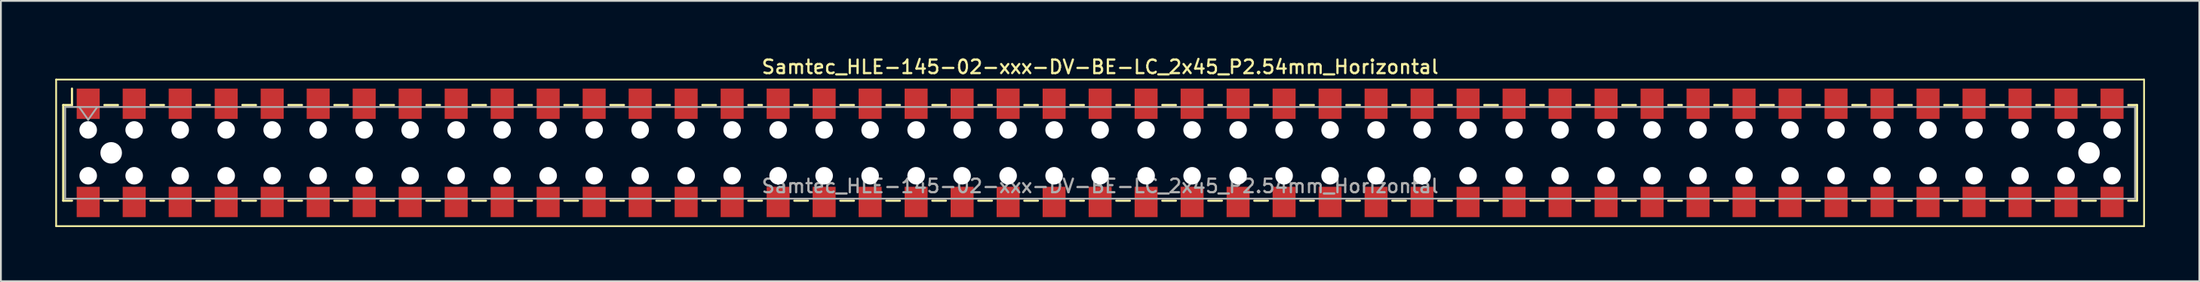
<source format=kicad_pcb>
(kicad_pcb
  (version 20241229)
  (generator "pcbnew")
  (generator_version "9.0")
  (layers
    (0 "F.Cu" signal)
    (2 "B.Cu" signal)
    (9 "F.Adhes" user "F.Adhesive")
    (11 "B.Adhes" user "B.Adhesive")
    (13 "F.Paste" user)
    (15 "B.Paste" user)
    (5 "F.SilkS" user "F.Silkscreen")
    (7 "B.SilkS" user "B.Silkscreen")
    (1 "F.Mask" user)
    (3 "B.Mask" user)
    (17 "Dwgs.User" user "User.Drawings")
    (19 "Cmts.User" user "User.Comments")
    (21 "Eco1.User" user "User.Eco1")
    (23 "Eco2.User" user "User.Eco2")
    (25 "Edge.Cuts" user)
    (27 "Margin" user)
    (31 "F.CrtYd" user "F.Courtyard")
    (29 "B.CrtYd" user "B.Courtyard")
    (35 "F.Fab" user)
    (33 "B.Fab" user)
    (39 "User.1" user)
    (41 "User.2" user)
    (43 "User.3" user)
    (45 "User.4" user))
  (footprint "Samtec_HLE-145-02-xxx-DV-BE-LC_2x45_P2.54mm_Horizontal"
    (layer "F.Cu")
    (at 57.7 5.418)
    (property "Reference" "Samtec_HLE-145-02-xxx-DV-BE-LC_2x45_P2.54mm_Horizontal" (at 0 -4.76 0) (layer "F.SilkS") (effects (font (size 0.75 0.75) (thickness 0.125))))
    (attr smd)
    (fp_line (start -57.65 -4.06) (end 57.65 -4.06) (stroke (width 0.1) (type solid)) (layer "F.SilkS"))
    (fp_line (start -57.65 4.06) (end -57.65 -4.06) (stroke (width 0.1) (type solid)) (layer "F.SilkS"))
    (fp_line (start -57.26 -2.65) (end -57.26 2.65) (stroke (width 0.12) (type solid)) (layer "F.SilkS"))
    (fp_line (start -57.26 2.65) (end -56.775 2.65) (stroke (width 0.12) (type solid)) (layer "F.SilkS"))
    (fp_line (start -56.775 -3.56) (end -56.775 -2.65) (stroke (width 0.12) (type solid)) (layer "F.SilkS"))
    (fp_line (start -56.775 -2.65) (end -57.26 -2.65) (stroke (width 0.12) (type solid)) (layer "F.SilkS"))
    (fp_line (start -54.985 -2.65) (end -54.235 -2.65) (stroke (width 0.12) (type solid)) (layer "F.SilkS"))
    (fp_line (start -54.985 2.65) (end -54.235 2.65) (stroke (width 0.12) (type solid)) (layer "F.SilkS"))
    (fp_line (start -52.445 -2.65) (end -51.695 -2.65) (stroke (width 0.12) (type solid)) (layer "F.SilkS"))
    (fp_line (start -52.445 2.65) (end -51.695 2.65) (stroke (width 0.12) (type solid)) (layer "F.SilkS"))
    (fp_line (start -49.905 -2.65) (end -49.155 -2.65) (stroke (width 0.12) (type solid)) (layer "F.SilkS"))
    (fp_line (start -49.905 2.65) (end -49.155 2.65) (stroke (width 0.12) (type solid)) (layer "F.SilkS"))
    (fp_line (start -47.365 -2.65) (end -46.615 -2.65) (stroke (width 0.12) (type solid)) (layer "F.SilkS"))
    (fp_line (start -47.365 2.65) (end -46.615 2.65) (stroke (width 0.12) (type solid)) (layer "F.SilkS"))
    (fp_line (start -44.825 -2.65) (end -44.075 -2.65) (stroke (width 0.12) (type solid)) (layer "F.SilkS"))
    (fp_line (start -44.825 2.65) (end -44.075 2.65) (stroke (width 0.12) (type solid)) (layer "F.SilkS"))
    (fp_line (start -42.285 -2.65) (end -41.535 -2.65) (stroke (width 0.12) (type solid)) (layer "F.SilkS"))
    (fp_line (start -42.285 2.65) (end -41.535 2.65) (stroke (width 0.12) (type solid)) (layer "F.SilkS"))
    (fp_line (start -39.745 -2.65) (end -38.995 -2.65) (stroke (width 0.12) (type solid)) (layer "F.SilkS"))
    (fp_line (start -39.745 2.65) (end -38.995 2.65) (stroke (width 0.12) (type solid)) (layer "F.SilkS"))
    (fp_line (start -37.205 -2.65) (end -36.455 -2.65) (stroke (width 0.12) (type solid)) (layer "F.SilkS"))
    (fp_line (start -37.205 2.65) (end -36.455 2.65) (stroke (width 0.12) (type solid)) (layer "F.SilkS"))
    (fp_line (start -34.665 -2.65) (end -33.915 -2.65) (stroke (width 0.12) (type solid)) (layer "F.SilkS"))
    (fp_line (start -34.665 2.65) (end -33.915 2.65) (stroke (width 0.12) (type solid)) (layer "F.SilkS"))
    (fp_line (start -32.125 -2.65) (end -31.375 -2.65) (stroke (width 0.12) (type solid)) (layer "F.SilkS"))
    (fp_line (start -32.125 2.65) (end -31.375 2.65) (stroke (width 0.12) (type solid)) (layer "F.SilkS"))
    (fp_line (start -29.585 -2.65) (end -28.835 -2.65) (stroke (width 0.12) (type solid)) (layer "F.SilkS"))
    (fp_line (start -29.585 2.65) (end -28.835 2.65) (stroke (width 0.12) (type solid)) (layer "F.SilkS"))
    (fp_line (start -27.045 -2.65) (end -26.295 -2.65) (stroke (width 0.12) (type solid)) (layer "F.SilkS"))
    (fp_line (start -27.045 2.65) (end -26.295 2.65) (stroke (width 0.12) (type solid)) (layer "F.SilkS"))
    (fp_line (start -24.505 -2.65) (end -23.755 -2.65) (stroke (width 0.12) (type solid)) (layer "F.SilkS"))
    (fp_line (start -24.505 2.65) (end -23.755 2.65) (stroke (width 0.12) (type solid)) (layer "F.SilkS"))
    (fp_line (start -21.965 -2.65) (end -21.215 -2.65) (stroke (width 0.12) (type solid)) (layer "F.SilkS"))
    (fp_line (start -21.965 2.65) (end -21.215 2.65) (stroke (width 0.12) (type solid)) (layer "F.SilkS"))
    (fp_line (start -19.425 -2.65) (end -18.675 -2.65) (stroke (width 0.12) (type solid)) (layer "F.SilkS"))
    (fp_line (start -19.425 2.65) (end -18.675 2.65) (stroke (width 0.12) (type solid)) (layer "F.SilkS"))
    (fp_line (start -16.885 -2.65) (end -16.135 -2.65) (stroke (width 0.12) (type solid)) (layer "F.SilkS"))
    (fp_line (start -16.885 2.65) (end -16.135 2.65) (stroke (width 0.12) (type solid)) (layer "F.SilkS"))
    (fp_line (start -14.345 -2.65) (end -13.595 -2.65) (stroke (width 0.12) (type solid)) (layer "F.SilkS"))
    (fp_line (start -14.345 2.65) (end -13.595 2.65) (stroke (width 0.12) (type solid)) (layer "F.SilkS"))
    (fp_line (start -11.805 -2.65) (end -11.055 -2.65) (stroke (width 0.12) (type solid)) (layer "F.SilkS"))
    (fp_line (start -11.805 2.65) (end -11.055 2.65) (stroke (width 0.12) (type solid)) (layer "F.SilkS"))
    (fp_line (start -9.265 -2.65) (end -8.515 -2.65) (stroke (width 0.12) (type solid)) (layer "F.SilkS"))
    (fp_line (start -9.265 2.65) (end -8.515 2.65) (stroke (width 0.12) (type solid)) (layer "F.SilkS"))
    (fp_line (start -6.725 -2.65) (end -5.975 -2.65) (stroke (width 0.12) (type solid)) (layer "F.SilkS"))
    (fp_line (start -6.725 2.65) (end -5.975 2.65) (stroke (width 0.12) (type solid)) (layer "F.SilkS"))
    (fp_line (start -4.185 -2.65) (end -3.435 -2.65) (stroke (width 0.12) (type solid)) (layer "F.SilkS"))
    (fp_line (start -4.185 2.65) (end -3.435 2.65) (stroke (width 0.12) (type solid)) (layer "F.SilkS"))
    (fp_line (start -1.645 -2.65) (end -0.895 -2.65) (stroke (width 0.12) (type solid)) (layer "F.SilkS"))
    (fp_line (start -1.645 2.65) (end -0.895 2.65) (stroke (width 0.12) (type solid)) (layer "F.SilkS"))
    (fp_line (start 0.895 -2.65) (end 1.645 -2.65) (stroke (width 0.12) (type solid)) (layer "F.SilkS"))
    (fp_line (start 0.895 2.65) (end 1.645 2.65) (stroke (width 0.12) (type solid)) (layer "F.SilkS"))
    (fp_line (start 3.435 -2.65) (end 4.185 -2.65) (stroke (width 0.12) (type solid)) (layer "F.SilkS"))
    (fp_line (start 3.435 2.65) (end 4.185 2.65) (stroke (width 0.12) (type solid)) (layer "F.SilkS"))
    (fp_line (start 5.975 -2.65) (end 6.725 -2.65) (stroke (width 0.12) (type solid)) (layer "F.SilkS"))
    (fp_line (start 5.975 2.65) (end 6.725 2.65) (stroke (width 0.12) (type solid)) (layer "F.SilkS"))
    (fp_line (start 8.515 -2.65) (end 9.265 -2.65) (stroke (width 0.12) (type solid)) (layer "F.SilkS"))
    (fp_line (start 8.515 2.65) (end 9.265 2.65) (stroke (width 0.12) (type solid)) (layer "F.SilkS"))
    (fp_line (start 11.055 -2.65) (end 11.805 -2.65) (stroke (width 0.12) (type solid)) (layer "F.SilkS"))
    (fp_line (start 11.055 2.65) (end 11.805 2.65) (stroke (width 0.12) (type solid)) (layer "F.SilkS"))
    (fp_line (start 13.595 -2.65) (end 14.345 -2.65) (stroke (width 0.12) (type solid)) (layer "F.SilkS"))
    (fp_line (start 13.595 2.65) (end 14.345 2.65) (stroke (width 0.12) (type solid)) (layer "F.SilkS"))
    (fp_line (start 16.135 -2.65) (end 16.885 -2.65) (stroke (width 0.12) (type solid)) (layer "F.SilkS"))
    (fp_line (start 16.135 2.65) (end 16.885 2.65) (stroke (width 0.12) (type solid)) (layer "F.SilkS"))
    (fp_line (start 18.675 -2.65) (end 19.425 -2.65) (stroke (width 0.12) (type solid)) (layer "F.SilkS"))
    (fp_line (start 18.675 2.65) (end 19.425 2.65) (stroke (width 0.12) (type solid)) (layer "F.SilkS"))
    (fp_line (start 21.215 -2.65) (end 21.965 -2.65) (stroke (width 0.12) (type solid)) (layer "F.SilkS"))
    (fp_line (start 21.215 2.65) (end 21.965 2.65) (stroke (width 0.12) (type solid)) (layer "F.SilkS"))
    (fp_line (start 23.755 -2.65) (end 24.505 -2.65) (stroke (width 0.12) (type solid)) (layer "F.SilkS"))
    (fp_line (start 23.755 2.65) (end 24.505 2.65) (stroke (width 0.12) (type solid)) (layer "F.SilkS"))
    (fp_line (start 26.295 -2.65) (end 27.045 -2.65) (stroke (width 0.12) (type solid)) (layer "F.SilkS"))
    (fp_line (start 26.295 2.65) (end 27.045 2.65) (stroke (width 0.12) (type solid)) (layer "F.SilkS"))
    (fp_line (start 28.835 -2.65) (end 29.585 -2.65) (stroke (width 0.12) (type solid)) (layer "F.SilkS"))
    (fp_line (start 28.835 2.65) (end 29.585 2.65) (stroke (width 0.12) (type solid)) (layer "F.SilkS"))
    (fp_line (start 31.375 -2.65) (end 32.125 -2.65) (stroke (width 0.12) (type solid)) (layer "F.SilkS"))
    (fp_line (start 31.375 2.65) (end 32.125 2.65) (stroke (width 0.12) (type solid)) (layer "F.SilkS"))
    (fp_line (start 33.915 -2.65) (end 34.665 -2.65) (stroke (width 0.12) (type solid)) (layer "F.SilkS"))
    (fp_line (start 33.915 2.65) (end 34.665 2.65) (stroke (width 0.12) (type solid)) (layer "F.SilkS"))
    (fp_line (start 36.455 -2.65) (end 37.205 -2.65) (stroke (width 0.12) (type solid)) (layer "F.SilkS"))
    (fp_line (start 36.455 2.65) (end 37.205 2.65) (stroke (width 0.12) (type solid)) (layer "F.SilkS"))
    (fp_line (start 38.995 -2.65) (end 39.745 -2.65) (stroke (width 0.12) (type solid)) (layer "F.SilkS"))
    (fp_line (start 38.995 2.65) (end 39.745 2.65) (stroke (width 0.12) (type solid)) (layer "F.SilkS"))
    (fp_line (start 41.535 -2.65) (end 42.285 -2.65) (stroke (width 0.12) (type solid)) (layer "F.SilkS"))
    (fp_line (start 41.535 2.65) (end 42.285 2.65) (stroke (width 0.12) (type solid)) (layer "F.SilkS"))
    (fp_line (start 44.075 -2.65) (end 44.825 -2.65) (stroke (width 0.12) (type solid)) (layer "F.SilkS"))
    (fp_line (start 44.075 2.65) (end 44.825 2.65) (stroke (width 0.12) (type solid)) (layer "F.SilkS"))
    (fp_line (start 46.615 -2.65) (end 47.365 -2.65) (stroke (width 0.12) (type solid)) (layer "F.SilkS"))
    (fp_line (start 46.615 2.65) (end 47.365 2.65) (stroke (width 0.12) (type solid)) (layer "F.SilkS"))
    (fp_line (start 49.155 -2.65) (end 49.905 -2.65) (stroke (width 0.12) (type solid)) (layer "F.SilkS"))
    (fp_line (start 49.155 2.65) (end 49.905 2.65) (stroke (width 0.12) (type solid)) (layer "F.SilkS"))
    (fp_line (start 51.695 -2.65) (end 52.445 -2.65) (stroke (width 0.12) (type solid)) (layer "F.SilkS"))
    (fp_line (start 51.695 2.65) (end 52.445 2.65) (stroke (width 0.12) (type solid)) (layer "F.SilkS"))
    (fp_line (start 54.235 -2.65) (end 54.985 -2.65) (stroke (width 0.12) (type solid)) (layer "F.SilkS"))
    (fp_line (start 54.235 2.65) (end 54.985 2.65) (stroke (width 0.12) (type solid)) (layer "F.SilkS"))
    (fp_line (start 56.775 -2.65) (end 57.26 -2.65) (stroke (width 0.12) (type solid)) (layer "F.SilkS"))
    (fp_line (start 57.26 -2.65) (end 57.26 2.65) (stroke (width 0.12) (type solid)) (layer "F.SilkS"))
    (fp_line (start 57.26 2.65) (end 56.775 2.65) (stroke (width 0.12) (type solid)) (layer "F.SilkS"))
    (fp_line (start 57.65 -4.06) (end 57.65 4.06) (stroke (width 0.1) (type solid)) (layer "F.SilkS"))
    (fp_line (start 57.65 4.06) (end -57.65 4.06) (stroke (width 0.1) (type solid)) (layer "F.SilkS"))
    (fp_line (start -57.15 -2.54) (end 57.15 -2.54) (stroke (width 0.1) (type solid)) (layer "F.Fab"))
    (fp_line (start -57.15 2.54) (end -57.15 -2.54) (stroke (width 0.1) (type solid)) (layer "F.Fab"))
    (fp_line (start -56.38 -2.54) (end -55.88 -1.833) (stroke (width 0.1) (type solid)) (layer "F.Fab"))
    (fp_line (start -55.88 -1.833) (end -55.38 -2.54) (stroke (width 0.1) (type solid)) (layer "F.Fab"))
    (fp_line (start 57.15 -2.54) (end 57.15 2.54) (stroke (width 0.1) (type solid)) (layer "F.Fab"))
    (fp_line (start 57.15 2.54) (end -57.15 2.54) (stroke (width 0.1) (type solid)) (layer "F.Fab"))
    (fp_text user "${REFERENCE}" (at 0 1.84 0) (layer "F.Fab") (effects (font (size 0.75 0.75) (thickness 0.125))))
    (pad "" np_thru_hole circle (at -55.88 -1.27) (size 0.97 0.97) (drill 0.97) (layers "*.Cu" "*.Mask"))
    (pad "" np_thru_hole circle (at -55.88 1.27) (size 0.97 0.97) (drill 0.97) (layers "*.Cu" "*.Mask"))
    (pad "" np_thru_hole circle (at -54.61 0) (size 1.19 1.19) (drill 1.19) (layers "*.Cu" "*.Mask"))
    (pad "" np_thru_hole circle (at -53.34 -1.27) (size 0.97 0.97) (drill 0.97) (layers "*.Cu" "*.Mask"))
    (pad "" np_thru_hole circle (at -53.34 1.27) (size 0.97 0.97) (drill 0.97) (layers "*.Cu" "*.Mask"))
    (pad "" np_thru_hole circle (at -50.8 -1.27) (size 0.97 0.97) (drill 0.97) (layers "*.Cu" "*.Mask"))
    (pad "" np_thru_hole circle (at -50.8 1.27) (size 0.97 0.97) (drill 0.97) (layers "*.Cu" "*.Mask"))
    (pad "" np_thru_hole circle (at -48.26 -1.27) (size 0.97 0.97) (drill 0.97) (layers "*.Cu" "*.Mask"))
    (pad "" np_thru_hole circle (at -48.26 1.27) (size 0.97 0.97) (drill 0.97) (layers "*.Cu" "*.Mask"))
    (pad "" np_thru_hole circle (at -45.72 -1.27) (size 0.97 0.97) (drill 0.97) (layers "*.Cu" "*.Mask"))
    (pad "" np_thru_hole circle (at -45.72 1.27) (size 0.97 0.97) (drill 0.97) (layers "*.Cu" "*.Mask"))
    (pad "" np_thru_hole circle (at -43.18 -1.27) (size 0.97 0.97) (drill 0.97) (layers "*.Cu" "*.Mask"))
    (pad "" np_thru_hole circle (at -43.18 1.27) (size 0.97 0.97) (drill 0.97) (layers "*.Cu" "*.Mask"))
    (pad "" np_thru_hole circle (at -40.64 -1.27) (size 0.97 0.97) (drill 0.97) (layers "*.Cu" "*.Mask"))
    (pad "" np_thru_hole circle (at -40.64 1.27) (size 0.97 0.97) (drill 0.97) (layers "*.Cu" "*.Mask"))
    (pad "" np_thru_hole circle (at -38.1 -1.27) (size 0.97 0.97) (drill 0.97) (layers "*.Cu" "*.Mask"))
    (pad "" np_thru_hole circle (at -38.1 1.27) (size 0.97 0.97) (drill 0.97) (layers "*.Cu" "*.Mask"))
    (pad "" np_thru_hole circle (at -35.56 -1.27) (size 0.97 0.97) (drill 0.97) (layers "*.Cu" "*.Mask"))
    (pad "" np_thru_hole circle (at -35.56 1.27) (size 0.97 0.97) (drill 0.97) (layers "*.Cu" "*.Mask"))
    (pad "" np_thru_hole circle (at -33.02 -1.27) (size 0.97 0.97) (drill 0.97) (layers "*.Cu" "*.Mask"))
    (pad "" np_thru_hole circle (at -33.02 1.27) (size 0.97 0.97) (drill 0.97) (layers "*.Cu" "*.Mask"))
    (pad "" np_thru_hole circle (at -30.48 -1.27) (size 0.97 0.97) (drill 0.97) (layers "*.Cu" "*.Mask"))
    (pad "" np_thru_hole circle (at -30.48 1.27) (size 0.97 0.97) (drill 0.97) (layers "*.Cu" "*.Mask"))
    (pad "" np_thru_hole circle (at -27.94 -1.27) (size 0.97 0.97) (drill 0.97) (layers "*.Cu" "*.Mask"))
    (pad "" np_thru_hole circle (at -27.94 1.27) (size 0.97 0.97) (drill 0.97) (layers "*.Cu" "*.Mask"))
    (pad "" np_thru_hole circle (at -25.4 -1.27) (size 0.97 0.97) (drill 0.97) (layers "*.Cu" "*.Mask"))
    (pad "" np_thru_hole circle (at -25.4 1.27) (size 0.97 0.97) (drill 0.97) (layers "*.Cu" "*.Mask"))
    (pad "" np_thru_hole circle (at -22.86 -1.27) (size 0.97 0.97) (drill 0.97) (layers "*.Cu" "*.Mask"))
    (pad "" np_thru_hole circle (at -22.86 1.27) (size 0.97 0.97) (drill 0.97) (layers "*.Cu" "*.Mask"))
    (pad "" np_thru_hole circle (at -20.32 -1.27) (size 0.97 0.97) (drill 0.97) (layers "*.Cu" "*.Mask"))
    (pad "" np_thru_hole circle (at -20.32 1.27) (size 0.97 0.97) (drill 0.97) (layers "*.Cu" "*.Mask"))
    (pad "" np_thru_hole circle (at -17.78 -1.27) (size 0.97 0.97) (drill 0.97) (layers "*.Cu" "*.Mask"))
    (pad "" np_thru_hole circle (at -17.78 1.27) (size 0.97 0.97) (drill 0.97) (layers "*.Cu" "*.Mask"))
    (pad "" np_thru_hole circle (at -15.24 -1.27) (size 0.97 0.97) (drill 0.97) (layers "*.Cu" "*.Mask"))
    (pad "" np_thru_hole circle (at -15.24 1.27) (size 0.97 0.97) (drill 0.97) (layers "*.Cu" "*.Mask"))
    (pad "" np_thru_hole circle (at -12.7 -1.27) (size 0.97 0.97) (drill 0.97) (layers "*.Cu" "*.Mask"))
    (pad "" np_thru_hole circle (at -12.7 1.27) (size 0.97 0.97) (drill 0.97) (layers "*.Cu" "*.Mask"))
    (pad "" np_thru_hole circle (at -10.16 -1.27) (size 0.97 0.97) (drill 0.97) (layers "*.Cu" "*.Mask"))
    (pad "" np_thru_hole circle (at -10.16 1.27) (size 0.97 0.97) (drill 0.97) (layers "*.Cu" "*.Mask"))
    (pad "" np_thru_hole circle (at -7.62 -1.27) (size 0.97 0.97) (drill 0.97) (layers "*.Cu" "*.Mask"))
    (pad "" np_thru_hole circle (at -7.62 1.27) (size 0.97 0.97) (drill 0.97) (layers "*.Cu" "*.Mask"))
    (pad "" np_thru_hole circle (at -5.08 -1.27) (size 0.97 0.97) (drill 0.97) (layers "*.Cu" "*.Mask"))
    (pad "" np_thru_hole circle (at -5.08 1.27) (size 0.97 0.97) (drill 0.97) (layers "*.Cu" "*.Mask"))
    (pad "" np_thru_hole circle (at -2.54 -1.27) (size 0.97 0.97) (drill 0.97) (layers "*.Cu" "*.Mask"))
    (pad "" np_thru_hole circle (at -2.54 1.27) (size 0.97 0.97) (drill 0.97) (layers "*.Cu" "*.Mask"))
    (pad "" np_thru_hole circle (at 0 -1.27) (size 0.97 0.97) (drill 0.97) (layers "*.Cu" "*.Mask"))
    (pad "" np_thru_hole circle (at 0 1.27) (size 0.97 0.97) (drill 0.97) (layers "*.Cu" "*.Mask"))
    (pad "" np_thru_hole circle (at 2.54 -1.27) (size 0.97 0.97) (drill 0.97) (layers "*.Cu" "*.Mask"))
    (pad "" np_thru_hole circle (at 2.54 1.27) (size 0.97 0.97) (drill 0.97) (layers "*.Cu" "*.Mask"))
    (pad "" np_thru_hole circle (at 5.08 -1.27) (size 0.97 0.97) (drill 0.97) (layers "*.Cu" "*.Mask"))
    (pad "" np_thru_hole circle (at 5.08 1.27) (size 0.97 0.97) (drill 0.97) (layers "*.Cu" "*.Mask"))
    (pad "" np_thru_hole circle (at 7.62 -1.27) (size 0.97 0.97) (drill 0.97) (layers "*.Cu" "*.Mask"))
    (pad "" np_thru_hole circle (at 7.62 1.27) (size 0.97 0.97) (drill 0.97) (layers "*.Cu" "*.Mask"))
    (pad "" np_thru_hole circle (at 10.16 -1.27) (size 0.97 0.97) (drill 0.97) (layers "*.Cu" "*.Mask"))
    (pad "" np_thru_hole circle (at 10.16 1.27) (size 0.97 0.97) (drill 0.97) (layers "*.Cu" "*.Mask"))
    (pad "" np_thru_hole circle (at 12.7 -1.27) (size 0.97 0.97) (drill 0.97) (layers "*.Cu" "*.Mask"))
    (pad "" np_thru_hole circle (at 12.7 1.27) (size 0.97 0.97) (drill 0.97) (layers "*.Cu" "*.Mask"))
    (pad "" np_thru_hole circle (at 15.24 -1.27) (size 0.97 0.97) (drill 0.97) (layers "*.Cu" "*.Mask"))
    (pad "" np_thru_hole circle (at 15.24 1.27) (size 0.97 0.97) (drill 0.97) (layers "*.Cu" "*.Mask"))
    (pad "" np_thru_hole circle (at 17.78 -1.27) (size 0.97 0.97) (drill 0.97) (layers "*.Cu" "*.Mask"))
    (pad "" np_thru_hole circle (at 17.78 1.27) (size 0.97 0.97) (drill 0.97) (layers "*.Cu" "*.Mask"))
    (pad "" np_thru_hole circle (at 20.32 -1.27) (size 0.97 0.97) (drill 0.97) (layers "*.Cu" "*.Mask"))
    (pad "" np_thru_hole circle (at 20.32 1.27) (size 0.97 0.97) (drill 0.97) (layers "*.Cu" "*.Mask"))
    (pad "" np_thru_hole circle (at 22.86 -1.27) (size 0.97 0.97) (drill 0.97) (layers "*.Cu" "*.Mask"))
    (pad "" np_thru_hole circle (at 22.86 1.27) (size 0.97 0.97) (drill 0.97) (layers "*.Cu" "*.Mask"))
    (pad "" np_thru_hole circle (at 25.4 -1.27) (size 0.97 0.97) (drill 0.97) (layers "*.Cu" "*.Mask"))
    (pad "" np_thru_hole circle (at 25.4 1.27) (size 0.97 0.97) (drill 0.97) (layers "*.Cu" "*.Mask"))
    (pad "" np_thru_hole circle (at 27.94 -1.27) (size 0.97 0.97) (drill 0.97) (layers "*.Cu" "*.Mask"))
    (pad "" np_thru_hole circle (at 27.94 1.27) (size 0.97 0.97) (drill 0.97) (layers "*.Cu" "*.Mask"))
    (pad "" np_thru_hole circle (at 30.48 -1.27) (size 0.97 0.97) (drill 0.97) (layers "*.Cu" "*.Mask"))
    (pad "" np_thru_hole circle (at 30.48 1.27) (size 0.97 0.97) (drill 0.97) (layers "*.Cu" "*.Mask"))
    (pad "" np_thru_hole circle (at 33.02 -1.27) (size 0.97 0.97) (drill 0.97) (layers "*.Cu" "*.Mask"))
    (pad "" np_thru_hole circle (at 33.02 1.27) (size 0.97 0.97) (drill 0.97) (layers "*.Cu" "*.Mask"))
    (pad "" np_thru_hole circle (at 35.56 -1.27) (size 0.97 0.97) (drill 0.97) (layers "*.Cu" "*.Mask"))
    (pad "" np_thru_hole circle (at 35.56 1.27) (size 0.97 0.97) (drill 0.97) (layers "*.Cu" "*.Mask"))
    (pad "" np_thru_hole circle (at 38.1 -1.27) (size 0.97 0.97) (drill 0.97) (layers "*.Cu" "*.Mask"))
    (pad "" np_thru_hole circle (at 38.1 1.27) (size 0.97 0.97) (drill 0.97) (layers "*.Cu" "*.Mask"))
    (pad "" np_thru_hole circle (at 40.64 -1.27) (size 0.97 0.97) (drill 0.97) (layers "*.Cu" "*.Mask"))
    (pad "" np_thru_hole circle (at 40.64 1.27) (size 0.97 0.97) (drill 0.97) (layers "*.Cu" "*.Mask"))
    (pad "" np_thru_hole circle (at 43.18 -1.27) (size 0.97 0.97) (drill 0.97) (layers "*.Cu" "*.Mask"))
    (pad "" np_thru_hole circle (at 43.18 1.27) (size 0.97 0.97) (drill 0.97) (layers "*.Cu" "*.Mask"))
    (pad "" np_thru_hole circle (at 45.72 -1.27) (size 0.97 0.97) (drill 0.97) (layers "*.Cu" "*.Mask"))
    (pad "" np_thru_hole circle (at 45.72 1.27) (size 0.97 0.97) (drill 0.97) (layers "*.Cu" "*.Mask"))
    (pad "" np_thru_hole circle (at 48.26 -1.27) (size 0.97 0.97) (drill 0.97) (layers "*.Cu" "*.Mask"))
    (pad "" np_thru_hole circle (at 48.26 1.27) (size 0.97 0.97) (drill 0.97) (layers "*.Cu" "*.Mask"))
    (pad "" np_thru_hole circle (at 50.8 -1.27) (size 0.97 0.97) (drill 0.97) (layers "*.Cu" "*.Mask"))
    (pad "" np_thru_hole circle (at 50.8 1.27) (size 0.97 0.97) (drill 0.97) (layers "*.Cu" "*.Mask"))
    (pad "" np_thru_hole circle (at 53.34 -1.27) (size 0.97 0.97) (drill 0.97) (layers "*.Cu" "*.Mask"))
    (pad "" np_thru_hole circle (at 53.34 1.27) (size 0.97 0.97) (drill 0.97) (layers "*.Cu" "*.Mask"))
    (pad "" np_thru_hole circle (at 54.61 0) (size 1.19 1.19) (drill 1.19) (layers "*.Cu" "*.Mask"))
    (pad "" np_thru_hole circle (at 55.88 -1.27) (size 0.97 0.97) (drill 0.97) (layers "*.Cu" "*.Mask"))
    (pad "" np_thru_hole circle (at 55.88 1.27) (size 0.97 0.97) (drill 0.97) (layers "*.Cu" "*.Mask"))
    (pad "1" smd rect (at -55.88 -2.72) (size 1.27 1.68) (layers "F.Cu" "F.Mask" "F.Paste"))
    (pad "2" smd rect (at -55.88 2.72) (size 1.27 1.68) (layers "F.Cu" "F.Mask" "F.Paste"))
    (pad "3" smd rect (at -53.34 -2.72) (size 1.27 1.68) (layers "F.Cu" "F.Mask" "F.Paste"))
    (pad "4" smd rect (at -53.34 2.72) (size 1.27 1.68) (layers "F.Cu" "F.Mask" "F.Paste"))
    (pad "5" smd rect (at -50.8 -2.72) (size 1.27 1.68) (layers "F.Cu" "F.Mask" "F.Paste"))
    (pad "6" smd rect (at -50.8 2.72) (size 1.27 1.68) (layers "F.Cu" "F.Mask" "F.Paste"))
    (pad "7" smd rect (at -48.26 -2.72) (size 1.27 1.68) (layers "F.Cu" "F.Mask" "F.Paste"))
    (pad "8" smd rect (at -48.26 2.72) (size 1.27 1.68) (layers "F.Cu" "F.Mask" "F.Paste"))
    (pad "9" smd rect (at -45.72 -2.72) (size 1.27 1.68) (layers "F.Cu" "F.Mask" "F.Paste"))
    (pad "10" smd rect (at -45.72 2.72) (size 1.27 1.68) (layers "F.Cu" "F.Mask" "F.Paste"))
    (pad "11" smd rect (at -43.18 -2.72) (size 1.27 1.68) (layers "F.Cu" "F.Mask" "F.Paste"))
    (pad "12" smd rect (at -43.18 2.72) (size 1.27 1.68) (layers "F.Cu" "F.Mask" "F.Paste"))
    (pad "13" smd rect (at -40.64 -2.72) (size 1.27 1.68) (layers "F.Cu" "F.Mask" "F.Paste"))
    (pad "14" smd rect (at -40.64 2.72) (size 1.27 1.68) (layers "F.Cu" "F.Mask" "F.Paste"))
    (pad "15" smd rect (at -38.1 -2.72) (size 1.27 1.68) (layers "F.Cu" "F.Mask" "F.Paste"))
    (pad "16" smd rect (at -38.1 2.72) (size 1.27 1.68) (layers "F.Cu" "F.Mask" "F.Paste"))
    (pad "17" smd rect (at -35.56 -2.72) (size 1.27 1.68) (layers "F.Cu" "F.Mask" "F.Paste"))
    (pad "18" smd rect (at -35.56 2.72) (size 1.27 1.68) (layers "F.Cu" "F.Mask" "F.Paste"))
    (pad "19" smd rect (at -33.02 -2.72) (size 1.27 1.68) (layers "F.Cu" "F.Mask" "F.Paste"))
    (pad "20" smd rect (at -33.02 2.72) (size 1.27 1.68) (layers "F.Cu" "F.Mask" "F.Paste"))
    (pad "21" smd rect (at -30.48 -2.72) (size 1.27 1.68) (layers "F.Cu" "F.Mask" "F.Paste"))
    (pad "22" smd rect (at -30.48 2.72) (size 1.27 1.68) (layers "F.Cu" "F.Mask" "F.Paste"))
    (pad "23" smd rect (at -27.94 -2.72) (size 1.27 1.68) (layers "F.Cu" "F.Mask" "F.Paste"))
    (pad "24" smd rect (at -27.94 2.72) (size 1.27 1.68) (layers "F.Cu" "F.Mask" "F.Paste"))
    (pad "25" smd rect (at -25.4 -2.72) (size 1.27 1.68) (layers "F.Cu" "F.Mask" "F.Paste"))
    (pad "26" smd rect (at -25.4 2.72) (size 1.27 1.68) (layers "F.Cu" "F.Mask" "F.Paste"))
    (pad "27" smd rect (at -22.86 -2.72) (size 1.27 1.68) (layers "F.Cu" "F.Mask" "F.Paste"))
    (pad "28" smd rect (at -22.86 2.72) (size 1.27 1.68) (layers "F.Cu" "F.Mask" "F.Paste"))
    (pad "29" smd rect (at -20.32 -2.72) (size 1.27 1.68) (layers "F.Cu" "F.Mask" "F.Paste"))
    (pad "30" smd rect (at -20.32 2.72) (size 1.27 1.68) (layers "F.Cu" "F.Mask" "F.Paste"))
    (pad "31" smd rect (at -17.78 -2.72) (size 1.27 1.68) (layers "F.Cu" "F.Mask" "F.Paste"))
    (pad "32" smd rect (at -17.78 2.72) (size 1.27 1.68) (layers "F.Cu" "F.Mask" "F.Paste"))
    (pad "33" smd rect (at -15.24 -2.72) (size 1.27 1.68) (layers "F.Cu" "F.Mask" "F.Paste"))
    (pad "34" smd rect (at -15.24 2.72) (size 1.27 1.68) (layers "F.Cu" "F.Mask" "F.Paste"))
    (pad "35" smd rect (at -12.7 -2.72) (size 1.27 1.68) (layers "F.Cu" "F.Mask" "F.Paste"))
    (pad "36" smd rect (at -12.7 2.72) (size 1.27 1.68) (layers "F.Cu" "F.Mask" "F.Paste"))
    (pad "37" smd rect (at -10.16 -2.72) (size 1.27 1.68) (layers "F.Cu" "F.Mask" "F.Paste"))
    (pad "38" smd rect (at -10.16 2.72) (size 1.27 1.68) (layers "F.Cu" "F.Mask" "F.Paste"))
    (pad "39" smd rect (at -7.62 -2.72) (size 1.27 1.68) (layers "F.Cu" "F.Mask" "F.Paste"))
    (pad "40" smd rect (at -7.62 2.72) (size 1.27 1.68) (layers "F.Cu" "F.Mask" "F.Paste"))
    (pad "41" smd rect (at -5.08 -2.72) (size 1.27 1.68) (layers "F.Cu" "F.Mask" "F.Paste"))
    (pad "42" smd rect (at -5.08 2.72) (size 1.27 1.68) (layers "F.Cu" "F.Mask" "F.Paste"))
    (pad "43" smd rect (at -2.54 -2.72) (size 1.27 1.68) (layers "F.Cu" "F.Mask" "F.Paste"))
    (pad "44" smd rect (at -2.54 2.72) (size 1.27 1.68) (layers "F.Cu" "F.Mask" "F.Paste"))
    (pad "45" smd rect (at 0 -2.72) (size 1.27 1.68) (layers "F.Cu" "F.Mask" "F.Paste"))
    (pad "46" smd rect (at 0 2.72) (size 1.27 1.68) (layers "F.Cu" "F.Mask" "F.Paste"))
    (pad "47" smd rect (at 2.54 -2.72) (size 1.27 1.68) (layers "F.Cu" "F.Mask" "F.Paste"))
    (pad "48" smd rect (at 2.54 2.72) (size 1.27 1.68) (layers "F.Cu" "F.Mask" "F.Paste"))
    (pad "49" smd rect (at 5.08 -2.72) (size 1.27 1.68) (layers "F.Cu" "F.Mask" "F.Paste"))
    (pad "50" smd rect (at 5.08 2.72) (size 1.27 1.68) (layers "F.Cu" "F.Mask" "F.Paste"))
    (pad "51" smd rect (at 7.62 -2.72) (size 1.27 1.68) (layers "F.Cu" "F.Mask" "F.Paste"))
    (pad "52" smd rect (at 7.62 2.72) (size 1.27 1.68) (layers "F.Cu" "F.Mask" "F.Paste"))
    (pad "53" smd rect (at 10.16 -2.72) (size 1.27 1.68) (layers "F.Cu" "F.Mask" "F.Paste"))
    (pad "54" smd rect (at 10.16 2.72) (size 1.27 1.68) (layers "F.Cu" "F.Mask" "F.Paste"))
    (pad "55" smd rect (at 12.7 -2.72) (size 1.27 1.68) (layers "F.Cu" "F.Mask" "F.Paste"))
    (pad "56" smd rect (at 12.7 2.72) (size 1.27 1.68) (layers "F.Cu" "F.Mask" "F.Paste"))
    (pad "57" smd rect (at 15.24 -2.72) (size 1.27 1.68) (layers "F.Cu" "F.Mask" "F.Paste"))
    (pad "58" smd rect (at 15.24 2.72) (size 1.27 1.68) (layers "F.Cu" "F.Mask" "F.Paste"))
    (pad "59" smd rect (at 17.78 -2.72) (size 1.27 1.68) (layers "F.Cu" "F.Mask" "F.Paste"))
    (pad "60" smd rect (at 17.78 2.72) (size 1.27 1.68) (layers "F.Cu" "F.Mask" "F.Paste"))
    (pad "61" smd rect (at 20.32 -2.72) (size 1.27 1.68) (layers "F.Cu" "F.Mask" "F.Paste"))
    (pad "62" smd rect (at 20.32 2.72) (size 1.27 1.68) (layers "F.Cu" "F.Mask" "F.Paste"))
    (pad "63" smd rect (at 22.86 -2.72) (size 1.27 1.68) (layers "F.Cu" "F.Mask" "F.Paste"))
    (pad "64" smd rect (at 22.86 2.72) (size 1.27 1.68) (layers "F.Cu" "F.Mask" "F.Paste"))
    (pad "65" smd rect (at 25.4 -2.72) (size 1.27 1.68) (layers "F.Cu" "F.Mask" "F.Paste"))
    (pad "66" smd rect (at 25.4 2.72) (size 1.27 1.68) (layers "F.Cu" "F.Mask" "F.Paste"))
    (pad "67" smd rect (at 27.94 -2.72) (size 1.27 1.68) (layers "F.Cu" "F.Mask" "F.Paste"))
    (pad "68" smd rect (at 27.94 2.72) (size 1.27 1.68) (layers "F.Cu" "F.Mask" "F.Paste"))
    (pad "69" smd rect (at 30.48 -2.72) (size 1.27 1.68) (layers "F.Cu" "F.Mask" "F.Paste"))
    (pad "70" smd rect (at 30.48 2.72) (size 1.27 1.68) (layers "F.Cu" "F.Mask" "F.Paste"))
    (pad "71" smd rect (at 33.02 -2.72) (size 1.27 1.68) (layers "F.Cu" "F.Mask" "F.Paste"))
    (pad "72" smd rect (at 33.02 2.72) (size 1.27 1.68) (layers "F.Cu" "F.Mask" "F.Paste"))
    (pad "73" smd rect (at 35.56 -2.72) (size 1.27 1.68) (layers "F.Cu" "F.Mask" "F.Paste"))
    (pad "74" smd rect (at 35.56 2.72) (size 1.27 1.68) (layers "F.Cu" "F.Mask" "F.Paste"))
    (pad "75" smd rect (at 38.1 -2.72) (size 1.27 1.68) (layers "F.Cu" "F.Mask" "F.Paste"))
    (pad "76" smd rect (at 38.1 2.72) (size 1.27 1.68) (layers "F.Cu" "F.Mask" "F.Paste"))
    (pad "77" smd rect (at 40.64 -2.72) (size 1.27 1.68) (layers "F.Cu" "F.Mask" "F.Paste"))
    (pad "78" smd rect (at 40.64 2.72) (size 1.27 1.68) (layers "F.Cu" "F.Mask" "F.Paste"))
    (pad "79" smd rect (at 43.18 -2.72) (size 1.27 1.68) (layers "F.Cu" "F.Mask" "F.Paste"))
    (pad "80" smd rect (at 43.18 2.72) (size 1.27 1.68) (layers "F.Cu" "F.Mask" "F.Paste"))
    (pad "81" smd rect (at 45.72 -2.72) (size 1.27 1.68) (layers "F.Cu" "F.Mask" "F.Paste"))
    (pad "82" smd rect (at 45.72 2.72) (size 1.27 1.68) (layers "F.Cu" "F.Mask" "F.Paste"))
    (pad "83" smd rect (at 48.26 -2.72) (size 1.27 1.68) (layers "F.Cu" "F.Mask" "F.Paste"))
    (pad "84" smd rect (at 48.26 2.72) (size 1.27 1.68) (layers "F.Cu" "F.Mask" "F.Paste"))
    (pad "85" smd rect (at 50.8 -2.72) (size 1.27 1.68) (layers "F.Cu" "F.Mask" "F.Paste"))
    (pad "86" smd rect (at 50.8 2.72) (size 1.27 1.68) (layers "F.Cu" "F.Mask" "F.Paste"))
    (pad "87" smd rect (at 53.34 -2.72) (size 1.27 1.68) (layers "F.Cu" "F.Mask" "F.Paste"))
    (pad "88" smd rect (at 53.34 2.72) (size 1.27 1.68) (layers "F.Cu" "F.Mask" "F.Paste"))
    (pad "89" smd rect (at 55.88 -2.72) (size 1.27 1.68) (layers "F.Cu" "F.Mask" "F.Paste"))
    (pad "90" smd rect (at 55.88 2.72) (size 1.27 1.68) (layers "F.Cu" "F.Mask" "F.Paste")))
  (gr_rect
    (start -3 -3)
    (end 118.4 12.528)
    (stroke (width 0.1) (type default))
    (fill no)
    (layer "Edge.Cuts")))
</source>
